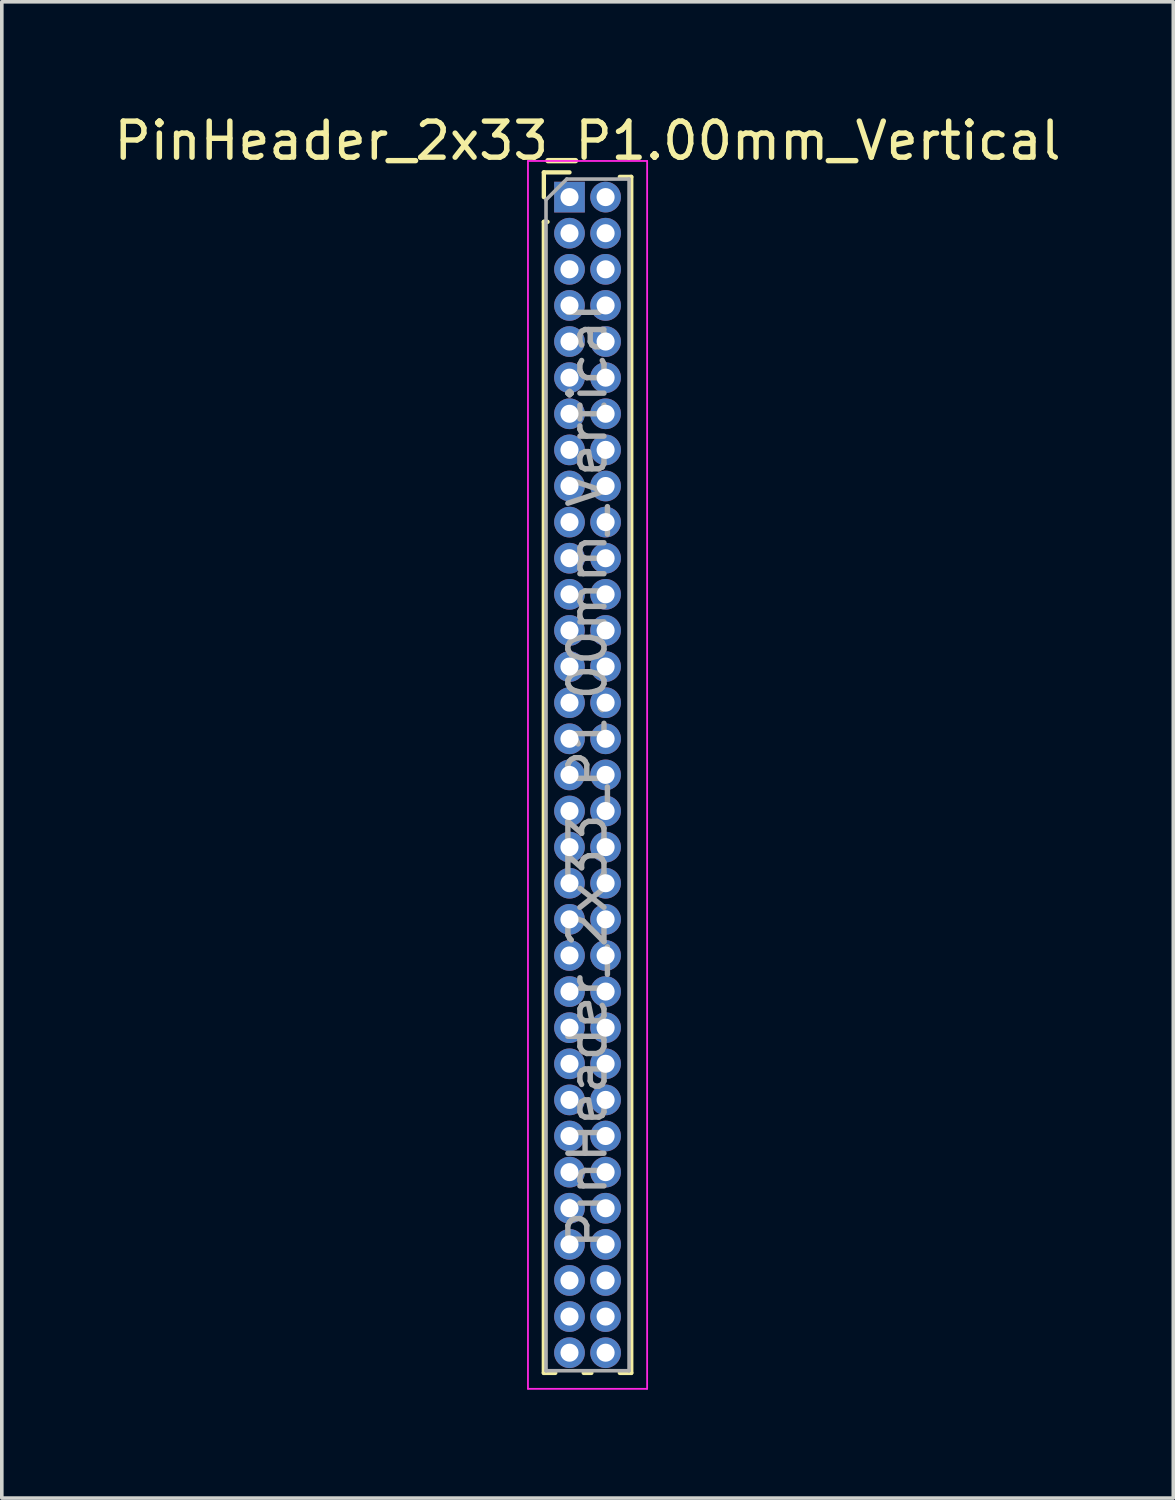
<source format=kicad_pcb>
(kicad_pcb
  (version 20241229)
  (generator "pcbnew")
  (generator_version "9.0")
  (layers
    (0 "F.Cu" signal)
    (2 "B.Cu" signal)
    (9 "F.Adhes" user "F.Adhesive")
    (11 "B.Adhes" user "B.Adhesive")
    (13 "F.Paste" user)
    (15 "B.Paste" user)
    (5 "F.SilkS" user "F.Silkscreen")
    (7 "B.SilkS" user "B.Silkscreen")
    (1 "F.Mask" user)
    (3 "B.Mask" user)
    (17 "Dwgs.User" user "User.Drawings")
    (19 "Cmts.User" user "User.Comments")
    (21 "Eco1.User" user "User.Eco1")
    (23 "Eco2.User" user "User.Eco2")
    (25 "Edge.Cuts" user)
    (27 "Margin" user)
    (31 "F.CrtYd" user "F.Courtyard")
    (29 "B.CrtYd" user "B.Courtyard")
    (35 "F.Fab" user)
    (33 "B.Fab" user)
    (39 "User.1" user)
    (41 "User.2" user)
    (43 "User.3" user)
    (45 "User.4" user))
  (footprint "PinHeader_2x33_P1.00mm_Vertical"
    (layer "F.Cu")
    (at 12.72 2.408)
    (property "Reference" "PinHeader_2x33_P1.00mm_Vertical" (at 0.5 -1.56 0) (layer "F.SilkS") (effects (font (size 1 1) (thickness 0.15))))
    (attr through_hole)
    (fp_line (start -0.71 -0.685) (end 0 -0.685) (stroke (width 0.12) (type solid)) (layer "F.SilkS"))
    (fp_line (start -0.71 0) (end -0.71 -0.685) (stroke (width 0.12) (type solid)) (layer "F.SilkS"))
    (fp_line (start -0.71 0.685) (end -0.71 32.56) (stroke (width 0.12) (type solid)) (layer "F.SilkS"))
    (fp_line (start -0.71 0.685) (end -0.608 0.685) (stroke (width 0.12) (type solid)) (layer "F.SilkS"))
    (fp_line (start -0.71 32.56) (end -0.394 32.56) (stroke (width 0.12) (type solid)) (layer "F.SilkS"))
    (fp_line (start 0.394 32.56) (end 0.606 32.56) (stroke (width 0.12) (type solid)) (layer "F.SilkS"))
    (fp_line (start 1.394 -0.56) (end 1.71 -0.56) (stroke (width 0.12) (type solid)) (layer "F.SilkS"))
    (fp_line (start 1.394 32.56) (end 1.71 32.56) (stroke (width 0.12) (type solid)) (layer "F.SilkS"))
    (fp_line (start 1.71 -0.56) (end 1.71 32.56) (stroke (width 0.12) (type solid)) (layer "F.SilkS"))
    (fp_line (start -1.15 -1) (end -1.15 33) (stroke (width 0.05) (type solid)) (layer "F.CrtYd"))
    (fp_line (start -1.15 33) (end 2.15 33) (stroke (width 0.05) (type solid)) (layer "F.CrtYd"))
    (fp_line (start 2.15 -1) (end -1.15 -1) (stroke (width 0.05) (type solid)) (layer "F.CrtYd"))
    (fp_line (start 2.15 33) (end 2.15 -1) (stroke (width 0.05) (type solid)) (layer "F.CrtYd"))
    (fp_line (start -0.65 0.075) (end -0.075 -0.5) (stroke (width 0.1) (type solid)) (layer "F.Fab"))
    (fp_line (start -0.65 32.5) (end -0.65 0.075) (stroke (width 0.1) (type solid)) (layer "F.Fab"))
    (fp_line (start -0.075 -0.5) (end 1.65 -0.5) (stroke (width 0.1) (type solid)) (layer "F.Fab"))
    (fp_line (start 1.65 -0.5) (end 1.65 32.5) (stroke (width 0.1) (type solid)) (layer "F.Fab"))
    (fp_line (start 1.65 32.5) (end -0.65 32.5) (stroke (width 0.1) (type solid)) (layer "F.Fab"))
    (fp_text user "${REFERENCE}" (at 0.5 16 90) (layer "F.Fab") (effects (font (size 1 1) (thickness 0.15))))
    (pad "1" thru_hole rect (at 0 0) (size 0.85 0.85) (drill 0.5) (layers "*.Cu" "*.Mask"))
    (pad "2" thru_hole oval (at 1 0) (size 0.85 0.85) (drill 0.5) (layers "*.Cu" "*.Mask"))
    (pad "3" thru_hole oval (at 0 1) (size 0.85 0.85) (drill 0.5) (layers "*.Cu" "*.Mask"))
    (pad "4" thru_hole oval (at 1 1) (size 0.85 0.85) (drill 0.5) (layers "*.Cu" "*.Mask"))
    (pad "5" thru_hole oval (at 0 2) (size 0.85 0.85) (drill 0.5) (layers "*.Cu" "*.Mask"))
    (pad "6" thru_hole oval (at 1 2) (size 0.85 0.85) (drill 0.5) (layers "*.Cu" "*.Mask"))
    (pad "7" thru_hole oval (at 0 3) (size 0.85 0.85) (drill 0.5) (layers "*.Cu" "*.Mask"))
    (pad "8" thru_hole oval (at 1 3) (size 0.85 0.85) (drill 0.5) (layers "*.Cu" "*.Mask"))
    (pad "9" thru_hole oval (at 0 4) (size 0.85 0.85) (drill 0.5) (layers "*.Cu" "*.Mask"))
    (pad "10" thru_hole oval (at 1 4) (size 0.85 0.85) (drill 0.5) (layers "*.Cu" "*.Mask"))
    (pad "11" thru_hole oval (at 0 5) (size 0.85 0.85) (drill 0.5) (layers "*.Cu" "*.Mask"))
    (pad "12" thru_hole oval (at 1 5) (size 0.85 0.85) (drill 0.5) (layers "*.Cu" "*.Mask"))
    (pad "13" thru_hole oval (at 0 6) (size 0.85 0.85) (drill 0.5) (layers "*.Cu" "*.Mask"))
    (pad "14" thru_hole oval (at 1 6) (size 0.85 0.85) (drill 0.5) (layers "*.Cu" "*.Mask"))
    (pad "15" thru_hole oval (at 0 7) (size 0.85 0.85) (drill 0.5) (layers "*.Cu" "*.Mask"))
    (pad "16" thru_hole oval (at 1 7) (size 0.85 0.85) (drill 0.5) (layers "*.Cu" "*.Mask"))
    (pad "17" thru_hole oval (at 0 8) (size 0.85 0.85) (drill 0.5) (layers "*.Cu" "*.Mask"))
    (pad "18" thru_hole oval (at 1 8) (size 0.85 0.85) (drill 0.5) (layers "*.Cu" "*.Mask"))
    (pad "19" thru_hole oval (at 0 9) (size 0.85 0.85) (drill 0.5) (layers "*.Cu" "*.Mask"))
    (pad "20" thru_hole oval (at 1 9) (size 0.85 0.85) (drill 0.5) (layers "*.Cu" "*.Mask"))
    (pad "21" thru_hole oval (at 0 10) (size 0.85 0.85) (drill 0.5) (layers "*.Cu" "*.Mask"))
    (pad "22" thru_hole oval (at 1 10) (size 0.85 0.85) (drill 0.5) (layers "*.Cu" "*.Mask"))
    (pad "23" thru_hole oval (at 0 11) (size 0.85 0.85) (drill 0.5) (layers "*.Cu" "*.Mask"))
    (pad "24" thru_hole oval (at 1 11) (size 0.85 0.85) (drill 0.5) (layers "*.Cu" "*.Mask"))
    (pad "25" thru_hole oval (at 0 12) (size 0.85 0.85) (drill 0.5) (layers "*.Cu" "*.Mask"))
    (pad "26" thru_hole oval (at 1 12) (size 0.85 0.85) (drill 0.5) (layers "*.Cu" "*.Mask"))
    (pad "27" thru_hole oval (at 0 13) (size 0.85 0.85) (drill 0.5) (layers "*.Cu" "*.Mask"))
    (pad "28" thru_hole oval (at 1 13) (size 0.85 0.85) (drill 0.5) (layers "*.Cu" "*.Mask"))
    (pad "29" thru_hole oval (at 0 14) (size 0.85 0.85) (drill 0.5) (layers "*.Cu" "*.Mask"))
    (pad "30" thru_hole oval (at 1 14) (size 0.85 0.85) (drill 0.5) (layers "*.Cu" "*.Mask"))
    (pad "31" thru_hole oval (at 0 15) (size 0.85 0.85) (drill 0.5) (layers "*.Cu" "*.Mask"))
    (pad "32" thru_hole oval (at 1 15) (size 0.85 0.85) (drill 0.5) (layers "*.Cu" "*.Mask"))
    (pad "33" thru_hole oval (at 0 16) (size 0.85 0.85) (drill 0.5) (layers "*.Cu" "*.Mask"))
    (pad "34" thru_hole oval (at 1 16) (size 0.85 0.85) (drill 0.5) (layers "*.Cu" "*.Mask"))
    (pad "35" thru_hole oval (at 0 17) (size 0.85 0.85) (drill 0.5) (layers "*.Cu" "*.Mask"))
    (pad "36" thru_hole oval (at 1 17) (size 0.85 0.85) (drill 0.5) (layers "*.Cu" "*.Mask"))
    (pad "37" thru_hole oval (at 0 18) (size 0.85 0.85) (drill 0.5) (layers "*.Cu" "*.Mask"))
    (pad "38" thru_hole oval (at 1 18) (size 0.85 0.85) (drill 0.5) (layers "*.Cu" "*.Mask"))
    (pad "39" thru_hole oval (at 0 19) (size 0.85 0.85) (drill 0.5) (layers "*.Cu" "*.Mask"))
    (pad "40" thru_hole oval (at 1 19) (size 0.85 0.85) (drill 0.5) (layers "*.Cu" "*.Mask"))
    (pad "41" thru_hole oval (at 0 20) (size 0.85 0.85) (drill 0.5) (layers "*.Cu" "*.Mask"))
    (pad "42" thru_hole oval (at 1 20) (size 0.85 0.85) (drill 0.5) (layers "*.Cu" "*.Mask"))
    (pad "43" thru_hole oval (at 0 21) (size 0.85 0.85) (drill 0.5) (layers "*.Cu" "*.Mask"))
    (pad "44" thru_hole oval (at 1 21) (size 0.85 0.85) (drill 0.5) (layers "*.Cu" "*.Mask"))
    (pad "45" thru_hole oval (at 0 22) (size 0.85 0.85) (drill 0.5) (layers "*.Cu" "*.Mask"))
    (pad "46" thru_hole oval (at 1 22) (size 0.85 0.85) (drill 0.5) (layers "*.Cu" "*.Mask"))
    (pad "47" thru_hole oval (at 0 23) (size 0.85 0.85) (drill 0.5) (layers "*.Cu" "*.Mask"))
    (pad "48" thru_hole oval (at 1 23) (size 0.85 0.85) (drill 0.5) (layers "*.Cu" "*.Mask"))
    (pad "49" thru_hole oval (at 0 24) (size 0.85 0.85) (drill 0.5) (layers "*.Cu" "*.Mask"))
    (pad "50" thru_hole oval (at 1 24) (size 0.85 0.85) (drill 0.5) (layers "*.Cu" "*.Mask"))
    (pad "51" thru_hole oval (at 0 25) (size 0.85 0.85) (drill 0.5) (layers "*.Cu" "*.Mask"))
    (pad "52" thru_hole oval (at 1 25) (size 0.85 0.85) (drill 0.5) (layers "*.Cu" "*.Mask"))
    (pad "53" thru_hole oval (at 0 26) (size 0.85 0.85) (drill 0.5) (layers "*.Cu" "*.Mask"))
    (pad "54" thru_hole oval (at 1 26) (size 0.85 0.85) (drill 0.5) (layers "*.Cu" "*.Mask"))
    (pad "55" thru_hole oval (at 0 27) (size 0.85 0.85) (drill 0.5) (layers "*.Cu" "*.Mask"))
    (pad "56" thru_hole oval (at 1 27) (size 0.85 0.85) (drill 0.5) (layers "*.Cu" "*.Mask"))
    (pad "57" thru_hole oval (at 0 28) (size 0.85 0.85) (drill 0.5) (layers "*.Cu" "*.Mask"))
    (pad "58" thru_hole oval (at 1 28) (size 0.85 0.85) (drill 0.5) (layers "*.Cu" "*.Mask"))
    (pad "59" thru_hole oval (at 0 29) (size 0.85 0.85) (drill 0.5) (layers "*.Cu" "*.Mask"))
    (pad "60" thru_hole oval (at 1 29) (size 0.85 0.85) (drill 0.5) (layers "*.Cu" "*.Mask"))
    (pad "61" thru_hole oval (at 0 30) (size 0.85 0.85) (drill 0.5) (layers "*.Cu" "*.Mask"))
    (pad "62" thru_hole oval (at 1 30) (size 0.85 0.85) (drill 0.5) (layers "*.Cu" "*.Mask"))
    (pad "63" thru_hole oval (at 0 31) (size 0.85 0.85) (drill 0.5) (layers "*.Cu" "*.Mask"))
    (pad "64" thru_hole oval (at 1 31) (size 0.85 0.85) (drill 0.5) (layers "*.Cu" "*.Mask"))
    (pad "65" thru_hole oval (at 0 32) (size 0.85 0.85) (drill 0.5) (layers "*.Cu" "*.Mask"))
    (pad "66" thru_hole oval (at 1 32) (size 0.85 0.85) (drill 0.5) (layers "*.Cu" "*.Mask")))
  (gr_rect
    (start -3 -3)
    (end 29.44 38.433)
    (stroke (width 0.1) (type default))
    (fill no)
    (layer "Edge.Cuts")))
</source>
